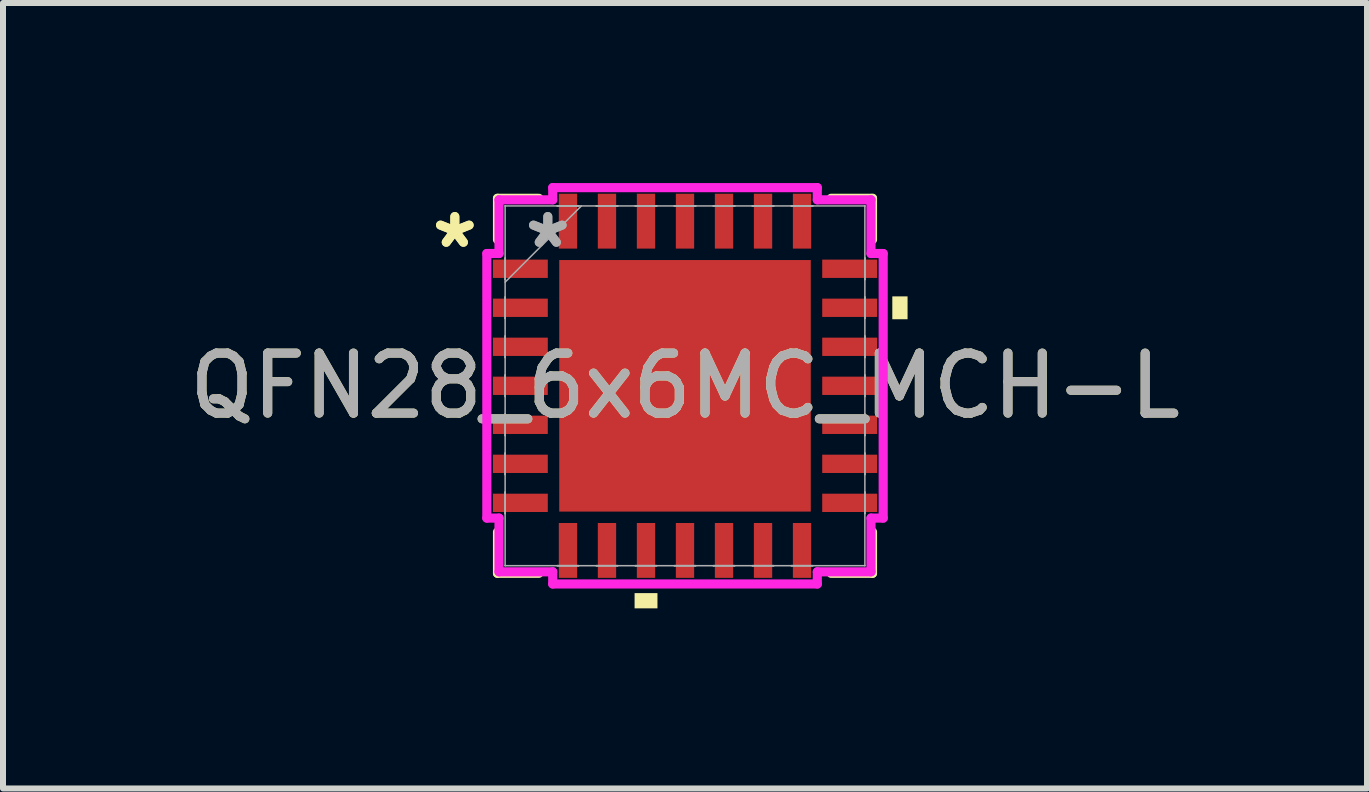
<source format=kicad_pcb>
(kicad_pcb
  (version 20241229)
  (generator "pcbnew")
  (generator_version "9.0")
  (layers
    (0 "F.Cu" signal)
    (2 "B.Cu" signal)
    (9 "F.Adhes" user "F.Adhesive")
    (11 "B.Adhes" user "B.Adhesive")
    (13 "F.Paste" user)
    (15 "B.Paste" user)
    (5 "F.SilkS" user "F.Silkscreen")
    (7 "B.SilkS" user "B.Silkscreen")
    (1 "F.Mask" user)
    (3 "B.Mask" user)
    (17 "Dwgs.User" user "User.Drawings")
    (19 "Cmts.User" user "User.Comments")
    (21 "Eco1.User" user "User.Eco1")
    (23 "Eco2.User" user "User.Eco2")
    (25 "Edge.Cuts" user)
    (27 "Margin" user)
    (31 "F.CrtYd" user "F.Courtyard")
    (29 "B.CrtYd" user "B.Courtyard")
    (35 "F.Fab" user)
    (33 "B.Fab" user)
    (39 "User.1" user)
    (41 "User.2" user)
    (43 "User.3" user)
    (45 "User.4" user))
  (footprint "QFN28_6x6MC_MCH-L"
    (layer "F.Cu")
    (at 8.363 3.378)
    (property "Reference" "QFN28_6x6MC_MCH-L" (at 0 0 0) (unlocked yes) (layer "F.SilkS") (effects (font (size 1 1) (thickness 0.15))))
    (attr smd)
    (fp_line (start -3.124 -3.124) (end -3.124 -2.435) (stroke (width 0.152) (type solid)) (layer "F.SilkS"))
    (fp_line (start -3.124 2.435) (end -3.124 3.124) (stroke (width 0.152) (type solid)) (layer "F.SilkS"))
    (fp_line (start -3.124 3.124) (end -2.435 3.124) (stroke (width 0.152) (type solid)) (layer "F.SilkS"))
    (fp_line (start -2.435 -3.124) (end -3.124 -3.124) (stroke (width 0.152) (type solid)) (layer "F.SilkS"))
    (fp_line (start 2.435 3.124) (end 3.124 3.124) (stroke (width 0.152) (type solid)) (layer "F.SilkS"))
    (fp_line (start 3.124 -3.124) (end 2.435 -3.124) (stroke (width 0.152) (type solid)) (layer "F.SilkS"))
    (fp_line (start 3.124 -2.435) (end 3.124 -3.124) (stroke (width 0.152) (type solid)) (layer "F.SilkS"))
    (fp_line (start 3.124 3.124) (end 3.124 2.435) (stroke (width 0.152) (type solid)) (layer "F.SilkS"))
    (fp_poly (pts (xy -0.84 3.454) (xy -0.84 3.708) (xy -0.459 3.708) (xy -0.459 3.454)) (stroke (width 0) (type solid)) (fill yes) (layer "F.SilkS"))
    (fp_poly (pts (xy 3.708 -1.49) (xy 3.708 -1.109) (xy 3.454 -1.109) (xy 3.454 -1.49)) (stroke (width 0) (type solid)) (fill yes) (layer "F.SilkS"))
    (fp_poly (pts (xy -1.996 -1.996) (xy -1.996 -0.798) (xy -0.798 -0.798) (xy -0.798 -1.996)) (stroke (width 0) (type solid)) (fill yes) (layer "F.Paste"))
    (fp_poly (pts (xy -1.996 -0.599) (xy -1.996 0.599) (xy -0.798 0.599) (xy -0.798 -0.599)) (stroke (width 0) (type solid)) (fill yes) (layer "F.Paste"))
    (fp_poly (pts (xy -1.996 0.798) (xy -1.996 1.996) (xy -0.798 1.996) (xy -0.798 0.798)) (stroke (width 0) (type solid)) (fill yes) (layer "F.Paste"))
    (fp_poly (pts (xy -0.599 -1.996) (xy -0.599 -0.798) (xy 0.599 -0.798) (xy 0.599 -1.996)) (stroke (width 0) (type solid)) (fill yes) (layer "F.Paste"))
    (fp_poly (pts (xy -0.599 -0.599) (xy -0.599 0.599) (xy 0.599 0.599) (xy 0.599 -0.599)) (stroke (width 0) (type solid)) (fill yes) (layer "F.Paste"))
    (fp_poly (pts (xy -0.599 0.798) (xy -0.599 1.996) (xy 0.599 1.996) (xy 0.599 0.798)) (stroke (width 0) (type solid)) (fill yes) (layer "F.Paste"))
    (fp_poly (pts (xy 0.798 -1.996) (xy 0.798 -0.798) (xy 1.996 -0.798) (xy 1.996 -1.996)) (stroke (width 0) (type solid)) (fill yes) (layer "F.Paste"))
    (fp_poly (pts (xy 0.798 -0.599) (xy 0.798 0.599) (xy 1.996 0.599) (xy 1.996 -0.599)) (stroke (width 0) (type solid)) (fill yes) (layer "F.Paste"))
    (fp_poly (pts (xy 0.798 0.798) (xy 0.798 1.996) (xy 1.996 1.996) (xy 1.996 0.798)) (stroke (width 0) (type solid)) (fill yes) (layer "F.Paste"))
    (fp_line (start -3.302 -2.204) (end -3.099 -2.204) (stroke (width 0.152) (type solid)) (layer "F.CrtYd"))
    (fp_line (start -3.302 2.204) (end -3.302 -2.204) (stroke (width 0.152) (type solid)) (layer "F.CrtYd"))
    (fp_line (start -3.099 -3.099) (end -2.204 -3.099) (stroke (width 0.152) (type solid)) (layer "F.CrtYd"))
    (fp_line (start -3.099 -2.204) (end -3.099 -3.099) (stroke (width 0.152) (type solid)) (layer "F.CrtYd"))
    (fp_line (start -3.099 2.204) (end -3.302 2.204) (stroke (width 0.152) (type solid)) (layer "F.CrtYd"))
    (fp_line (start -3.099 3.099) (end -3.099 2.204) (stroke (width 0.152) (type solid)) (layer "F.CrtYd"))
    (fp_line (start -2.204 -3.302) (end 2.204 -3.302) (stroke (width 0.152) (type solid)) (layer "F.CrtYd"))
    (fp_line (start -2.204 -3.099) (end -2.204 -3.302) (stroke (width 0.152) (type solid)) (layer "F.CrtYd"))
    (fp_line (start -2.204 3.099) (end -3.099 3.099) (stroke (width 0.152) (type solid)) (layer "F.CrtYd"))
    (fp_line (start -2.204 3.302) (end -2.204 3.099) (stroke (width 0.152) (type solid)) (layer "F.CrtYd"))
    (fp_line (start 2.204 -3.302) (end 2.204 -3.099) (stroke (width 0.152) (type solid)) (layer "F.CrtYd"))
    (fp_line (start 2.204 -3.099) (end 3.099 -3.099) (stroke (width 0.152) (type solid)) (layer "F.CrtYd"))
    (fp_line (start 2.204 3.099) (end 2.204 3.302) (stroke (width 0.152) (type solid)) (layer "F.CrtYd"))
    (fp_line (start 2.204 3.302) (end -2.204 3.302) (stroke (width 0.152) (type solid)) (layer "F.CrtYd"))
    (fp_line (start 3.099 -3.099) (end 3.099 -2.204) (stroke (width 0.152) (type solid)) (layer "F.CrtYd"))
    (fp_line (start 3.099 -2.204) (end 3.302 -2.204) (stroke (width 0.152) (type solid)) (layer "F.CrtYd"))
    (fp_line (start 3.099 2.204) (end 3.099 3.099) (stroke (width 0.152) (type solid)) (layer "F.CrtYd"))
    (fp_line (start 3.099 3.099) (end 2.204 3.099) (stroke (width 0.152) (type solid)) (layer "F.CrtYd"))
    (fp_line (start 3.302 -2.204) (end 3.302 2.204) (stroke (width 0.152) (type solid)) (layer "F.CrtYd"))
    (fp_line (start 3.302 2.204) (end 3.099 2.204) (stroke (width 0.152) (type solid)) (layer "F.CrtYd"))
    (fp_line (start -2.997 -2.997) (end -2.997 -2.997) (stroke (width 0.025) (type solid)) (layer "F.Fab"))
    (fp_line (start -2.997 -2.997) (end -2.997 2.997) (stroke (width 0.025) (type solid)) (layer "F.Fab"))
    (fp_line (start -2.997 -2.128) (end -2.997 -2.128) (stroke (width 0.025) (type solid)) (layer "F.Fab"))
    (fp_line (start -2.997 -2.128) (end -2.997 -1.772) (stroke (width 0.025) (type solid)) (layer "F.Fab"))
    (fp_line (start -2.997 -1.772) (end -2.997 -2.128) (stroke (width 0.025) (type solid)) (layer "F.Fab"))
    (fp_line (start -2.997 -1.772) (end -2.997 -1.772) (stroke (width 0.025) (type solid)) (layer "F.Fab"))
    (fp_line (start -2.997 -1.727) (end -1.727 -2.997) (stroke (width 0.025) (type solid)) (layer "F.Fab"))
    (fp_line (start -2.997 -1.478) (end -2.997 -1.478) (stroke (width 0.025) (type solid)) (layer "F.Fab"))
    (fp_line (start -2.997 -1.478) (end -2.997 -1.122) (stroke (width 0.025) (type solid)) (layer "F.Fab"))
    (fp_line (start -2.997 -1.122) (end -2.997 -1.478) (stroke (width 0.025) (type solid)) (layer "F.Fab"))
    (fp_line (start -2.997 -1.122) (end -2.997 -1.122) (stroke (width 0.025) (type solid)) (layer "F.Fab"))
    (fp_line (start -2.997 -0.828) (end -2.997 -0.828) (stroke (width 0.025) (type solid)) (layer "F.Fab"))
    (fp_line (start -2.997 -0.828) (end -2.997 -0.472) (stroke (width 0.025) (type solid)) (layer "F.Fab"))
    (fp_line (start -2.997 -0.472) (end -2.997 -0.828) (stroke (width 0.025) (type solid)) (layer "F.Fab"))
    (fp_line (start -2.997 -0.472) (end -2.997 -0.472) (stroke (width 0.025) (type solid)) (layer "F.Fab"))
    (fp_line (start -2.997 -0.178) (end -2.997 -0.178) (stroke (width 0.025) (type solid)) (layer "F.Fab"))
    (fp_line (start -2.997 -0.178) (end -2.997 0.178) (stroke (width 0.025) (type solid)) (layer "F.Fab"))
    (fp_line (start -2.997 0.178) (end -2.997 -0.178) (stroke (width 0.025) (type solid)) (layer "F.Fab"))
    (fp_line (start -2.997 0.178) (end -2.997 0.178) (stroke (width 0.025) (type solid)) (layer "F.Fab"))
    (fp_line (start -2.997 0.472) (end -2.997 0.472) (stroke (width 0.025) (type solid)) (layer "F.Fab"))
    (fp_line (start -2.997 0.472) (end -2.997 0.828) (stroke (width 0.025) (type solid)) (layer "F.Fab"))
    (fp_line (start -2.997 0.828) (end -2.997 0.472) (stroke (width 0.025) (type solid)) (layer "F.Fab"))
    (fp_line (start -2.997 0.828) (end -2.997 0.828) (stroke (width 0.025) (type solid)) (layer "F.Fab"))
    (fp_line (start -2.997 1.122) (end -2.997 1.122) (stroke (width 0.025) (type solid)) (layer "F.Fab"))
    (fp_line (start -2.997 1.122) (end -2.997 1.478) (stroke (width 0.025) (type solid)) (layer "F.Fab"))
    (fp_line (start -2.997 1.478) (end -2.997 1.122) (stroke (width 0.025) (type solid)) (layer "F.Fab"))
    (fp_line (start -2.997 1.478) (end -2.997 1.478) (stroke (width 0.025) (type solid)) (layer "F.Fab"))
    (fp_line (start -2.997 1.772) (end -2.997 1.772) (stroke (width 0.025) (type solid)) (layer "F.Fab"))
    (fp_line (start -2.997 1.772) (end -2.997 2.128) (stroke (width 0.025) (type solid)) (layer "F.Fab"))
    (fp_line (start -2.997 2.128) (end -2.997 1.772) (stroke (width 0.025) (type solid)) (layer "F.Fab"))
    (fp_line (start -2.997 2.128) (end -2.997 2.128) (stroke (width 0.025) (type solid)) (layer "F.Fab"))
    (fp_line (start -2.997 2.997) (end -2.997 2.997) (stroke (width 0.025) (type solid)) (layer "F.Fab"))
    (fp_line (start -2.997 2.997) (end 2.997 2.997) (stroke (width 0.025) (type solid)) (layer "F.Fab"))
    (fp_line (start -2.128 -2.997) (end -2.128 -2.997) (stroke (width 0.025) (type solid)) (layer "F.Fab"))
    (fp_line (start -2.128 -2.997) (end -1.772 -2.997) (stroke (width 0.025) (type solid)) (layer "F.Fab"))
    (fp_line (start -2.128 2.997) (end -2.128 2.997) (stroke (width 0.025) (type solid)) (layer "F.Fab"))
    (fp_line (start -2.128 2.997) (end -1.772 2.997) (stroke (width 0.025) (type solid)) (layer "F.Fab"))
    (fp_line (start -1.772 -2.997) (end -2.128 -2.997) (stroke (width 0.025) (type solid)) (layer "F.Fab"))
    (fp_line (start -1.772 -2.997) (end -1.772 -2.997) (stroke (width 0.025) (type solid)) (layer "F.Fab"))
    (fp_line (start -1.772 2.997) (end -2.128 2.997) (stroke (width 0.025) (type solid)) (layer "F.Fab"))
    (fp_line (start -1.772 2.997) (end -1.772 2.997) (stroke (width 0.025) (type solid)) (layer "F.Fab"))
    (fp_line (start -1.478 -2.997) (end -1.478 -2.997) (stroke (width 0.025) (type solid)) (layer "F.Fab"))
    (fp_line (start -1.478 -2.997) (end -1.122 -2.997) (stroke (width 0.025) (type solid)) (layer "F.Fab"))
    (fp_line (start -1.478 2.997) (end -1.478 2.997) (stroke (width 0.025) (type solid)) (layer "F.Fab"))
    (fp_line (start -1.478 2.997) (end -1.122 2.997) (stroke (width 0.025) (type solid)) (layer "F.Fab"))
    (fp_line (start -1.122 -2.997) (end -1.478 -2.997) (stroke (width 0.025) (type solid)) (layer "F.Fab"))
    (fp_line (start -1.122 -2.997) (end -1.122 -2.997) (stroke (width 0.025) (type solid)) (layer "F.Fab"))
    (fp_line (start -1.122 2.997) (end -1.478 2.997) (stroke (width 0.025) (type solid)) (layer "F.Fab"))
    (fp_line (start -1.122 2.997) (end -1.122 2.997) (stroke (width 0.025) (type solid)) (layer "F.Fab"))
    (fp_line (start -0.828 -2.997) (end -0.828 -2.997) (stroke (width 0.025) (type solid)) (layer "F.Fab"))
    (fp_line (start -0.828 -2.997) (end -0.472 -2.997) (stroke (width 0.025) (type solid)) (layer "F.Fab"))
    (fp_line (start -0.828 2.997) (end -0.828 2.997) (stroke (width 0.025) (type solid)) (layer "F.Fab"))
    (fp_line (start -0.828 2.997) (end -0.472 2.997) (stroke (width 0.025) (type solid)) (layer "F.Fab"))
    (fp_line (start -0.472 -2.997) (end -0.828 -2.997) (stroke (width 0.025) (type solid)) (layer "F.Fab"))
    (fp_line (start -0.472 -2.997) (end -0.472 -2.997) (stroke (width 0.025) (type solid)) (layer "F.Fab"))
    (fp_line (start -0.472 2.997) (end -0.828 2.997) (stroke (width 0.025) (type solid)) (layer "F.Fab"))
    (fp_line (start -0.472 2.997) (end -0.472 2.997) (stroke (width 0.025) (type solid)) (layer "F.Fab"))
    (fp_line (start -0.178 -2.997) (end -0.178 -2.997) (stroke (width 0.025) (type solid)) (layer "F.Fab"))
    (fp_line (start -0.178 -2.997) (end 0.178 -2.997) (stroke (width 0.025) (type solid)) (layer "F.Fab"))
    (fp_line (start -0.178 2.997) (end -0.178 2.997) (stroke (width 0.025) (type solid)) (layer "F.Fab"))
    (fp_line (start -0.178 2.997) (end 0.178 2.997) (stroke (width 0.025) (type solid)) (layer "F.Fab"))
    (fp_line (start 0.178 -2.997) (end -0.178 -2.997) (stroke (width 0.025) (type solid)) (layer "F.Fab"))
    (fp_line (start 0.178 -2.997) (end 0.178 -2.997) (stroke (width 0.025) (type solid)) (layer "F.Fab"))
    (fp_line (start 0.178 2.997) (end -0.178 2.997) (stroke (width 0.025) (type solid)) (layer "F.Fab"))
    (fp_line (start 0.178 2.997) (end 0.178 2.997) (stroke (width 0.025) (type solid)) (layer "F.Fab"))
    (fp_line (start 0.472 -2.997) (end 0.472 -2.997) (stroke (width 0.025) (type solid)) (layer "F.Fab"))
    (fp_line (start 0.472 -2.997) (end 0.828 -2.997) (stroke (width 0.025) (type solid)) (layer "F.Fab"))
    (fp_line (start 0.472 2.997) (end 0.472 2.997) (stroke (width 0.025) (type solid)) (layer "F.Fab"))
    (fp_line (start 0.472 2.997) (end 0.828 2.997) (stroke (width 0.025) (type solid)) (layer "F.Fab"))
    (fp_line (start 0.828 -2.997) (end 0.472 -2.997) (stroke (width 0.025) (type solid)) (layer "F.Fab"))
    (fp_line (start 0.828 -2.997) (end 0.828 -2.997) (stroke (width 0.025) (type solid)) (layer "F.Fab"))
    (fp_line (start 0.828 2.997) (end 0.472 2.997) (stroke (width 0.025) (type solid)) (layer "F.Fab"))
    (fp_line (start 0.828 2.997) (end 0.828 2.997) (stroke (width 0.025) (type solid)) (layer "F.Fab"))
    (fp_line (start 1.122 -2.997) (end 1.122 -2.997) (stroke (width 0.025) (type solid)) (layer "F.Fab"))
    (fp_line (start 1.122 -2.997) (end 1.478 -2.997) (stroke (width 0.025) (type solid)) (layer "F.Fab"))
    (fp_line (start 1.122 2.997) (end 1.122 2.997) (stroke (width 0.025) (type solid)) (layer "F.Fab"))
    (fp_line (start 1.122 2.997) (end 1.478 2.997) (stroke (width 0.025) (type solid)) (layer "F.Fab"))
    (fp_line (start 1.478 -2.997) (end 1.122 -2.997) (stroke (width 0.025) (type solid)) (layer "F.Fab"))
    (fp_line (start 1.478 -2.997) (end 1.478 -2.997) (stroke (width 0.025) (type solid)) (layer "F.Fab"))
    (fp_line (start 1.478 2.997) (end 1.122 2.997) (stroke (width 0.025) (type solid)) (layer "F.Fab"))
    (fp_line (start 1.478 2.997) (end 1.478 2.997) (stroke (width 0.025) (type solid)) (layer "F.Fab"))
    (fp_line (start 1.772 -2.997) (end 1.772 -2.997) (stroke (width 0.025) (type solid)) (layer "F.Fab"))
    (fp_line (start 1.772 -2.997) (end 2.128 -2.997) (stroke (width 0.025) (type solid)) (layer "F.Fab"))
    (fp_line (start 1.772 2.997) (end 1.772 2.997) (stroke (width 0.025) (type solid)) (layer "F.Fab"))
    (fp_line (start 1.772 2.997) (end 2.128 2.997) (stroke (width 0.025) (type solid)) (layer "F.Fab"))
    (fp_line (start 2.128 -2.997) (end 1.772 -2.997) (stroke (width 0.025) (type solid)) (layer "F.Fab"))
    (fp_line (start 2.128 -2.997) (end 2.128 -2.997) (stroke (width 0.025) (type solid)) (layer "F.Fab"))
    (fp_line (start 2.128 2.997) (end 1.772 2.997) (stroke (width 0.025) (type solid)) (layer "F.Fab"))
    (fp_line (start 2.128 2.997) (end 2.128 2.997) (stroke (width 0.025) (type solid)) (layer "F.Fab"))
    (fp_line (start 2.997 -2.997) (end -2.997 -2.997) (stroke (width 0.025) (type solid)) (layer "F.Fab"))
    (fp_line (start 2.997 -2.997) (end 2.997 -2.997) (stroke (width 0.025) (type solid)) (layer "F.Fab"))
    (fp_line (start 2.997 -2.128) (end 2.997 -2.128) (stroke (width 0.025) (type solid)) (layer "F.Fab"))
    (fp_line (start 2.997 -2.128) (end 2.997 -1.772) (stroke (width 0.025) (type solid)) (layer "F.Fab"))
    (fp_line (start 2.997 -1.772) (end 2.997 -2.128) (stroke (width 0.025) (type solid)) (layer "F.Fab"))
    (fp_line (start 2.997 -1.772) (end 2.997 -1.772) (stroke (width 0.025) (type solid)) (layer "F.Fab"))
    (fp_line (start 2.997 -1.478) (end 2.997 -1.478) (stroke (width 0.025) (type solid)) (layer "F.Fab"))
    (fp_line (start 2.997 -1.478) (end 2.997 -1.122) (stroke (width 0.025) (type solid)) (layer "F.Fab"))
    (fp_line (start 2.997 -1.122) (end 2.997 -1.478) (stroke (width 0.025) (type solid)) (layer "F.Fab"))
    (fp_line (start 2.997 -1.122) (end 2.997 -1.122) (stroke (width 0.025) (type solid)) (layer "F.Fab"))
    (fp_line (start 2.997 -0.828) (end 2.997 -0.828) (stroke (width 0.025) (type solid)) (layer "F.Fab"))
    (fp_line (start 2.997 -0.828) (end 2.997 -0.472) (stroke (width 0.025) (type solid)) (layer "F.Fab"))
    (fp_line (start 2.997 -0.472) (end 2.997 -0.828) (stroke (width 0.025) (type solid)) (layer "F.Fab"))
    (fp_line (start 2.997 -0.472) (end 2.997 -0.472) (stroke (width 0.025) (type solid)) (layer "F.Fab"))
    (fp_line (start 2.997 -0.178) (end 2.997 -0.178) (stroke (width 0.025) (type solid)) (layer "F.Fab"))
    (fp_line (start 2.997 -0.178) (end 2.997 0.178) (stroke (width 0.025) (type solid)) (layer "F.Fab"))
    (fp_line (start 2.997 0.178) (end 2.997 -0.178) (stroke (width 0.025) (type solid)) (layer "F.Fab"))
    (fp_line (start 2.997 0.178) (end 2.997 0.178) (stroke (width 0.025) (type solid)) (layer "F.Fab"))
    (fp_line (start 2.997 0.472) (end 2.997 0.472) (stroke (width 0.025) (type solid)) (layer "F.Fab"))
    (fp_line (start 2.997 0.472) (end 2.997 0.828) (stroke (width 0.025) (type solid)) (layer "F.Fab"))
    (fp_line (start 2.997 0.828) (end 2.997 0.472) (stroke (width 0.025) (type solid)) (layer "F.Fab"))
    (fp_line (start 2.997 0.828) (end 2.997 0.828) (stroke (width 0.025) (type solid)) (layer "F.Fab"))
    (fp_line (start 2.997 1.122) (end 2.997 1.122) (stroke (width 0.025) (type solid)) (layer "F.Fab"))
    (fp_line (start 2.997 1.122) (end 2.997 1.478) (stroke (width 0.025) (type solid)) (layer "F.Fab"))
    (fp_line (start 2.997 1.478) (end 2.997 1.122) (stroke (width 0.025) (type solid)) (layer "F.Fab"))
    (fp_line (start 2.997 1.478) (end 2.997 1.478) (stroke (width 0.025) (type solid)) (layer "F.Fab"))
    (fp_line (start 2.997 1.772) (end 2.997 1.772) (stroke (width 0.025) (type solid)) (layer "F.Fab"))
    (fp_line (start 2.997 1.772) (end 2.997 2.128) (stroke (width 0.025) (type solid)) (layer "F.Fab"))
    (fp_line (start 2.997 2.128) (end 2.997 1.772) (stroke (width 0.025) (type solid)) (layer "F.Fab"))
    (fp_line (start 2.997 2.128) (end 2.997 2.128) (stroke (width 0.025) (type solid)) (layer "F.Fab"))
    (fp_line (start 2.997 2.997) (end 2.997 -2.997) (stroke (width 0.025) (type solid)) (layer "F.Fab"))
    (fp_line (start 2.997 2.997) (end 2.997 2.997) (stroke (width 0.025) (type solid)) (layer "F.Fab"))
    (fp_text user "*" (at -3.835 -2.275 0) (unlocked yes) (layer "F.SilkS") (effects (font (size 1 1) (thickness 0.15))))
    (fp_text user "*" (at -3.835 -2.275 0) (layer "F.SilkS") (effects (font (size 1 1) (thickness 0.15))))
    (fp_text user "${REFERENCE}" (at 0 0 0) (unlocked yes) (layer "F.Fab") (effects (font (size 1 1) (thickness 0.15))))
    (fp_text user "*" (at -2.286 -2.275 0) (unlocked yes) (layer "F.Fab") (effects (font (size 1 1) (thickness 0.15))))
    (fp_text user "*" (at -2.286 -2.275 0) (layer "F.Fab") (effects (font (size 1 1) (thickness 0.15))))
    (pad "1" smd rect (at -2.743 -1.95 90) (size 0.305 0.914) (layers "F.Cu" "F.Mask" "F.Paste"))
    (pad "2" smd rect (at -2.743 -1.3 90) (size 0.305 0.914) (layers "F.Cu" "F.Mask" "F.Paste"))
    (pad "3" smd rect (at -2.743 -0.65 90) (size 0.305 0.914) (layers "F.Cu" "F.Mask" "F.Paste"))
    (pad "4" smd rect (at -2.743 0 90) (size 0.305 0.914) (layers "F.Cu" "F.Mask" "F.Paste"))
    (pad "5" smd rect (at -2.743 0.65 90) (size 0.305 0.914) (layers "F.Cu" "F.Mask" "F.Paste"))
    (pad "6" smd rect (at -2.743 1.3 90) (size 0.305 0.914) (layers "F.Cu" "F.Mask" "F.Paste"))
    (pad "7" smd rect (at -2.743 1.95 90) (size 0.305 0.914) (layers "F.Cu" "F.Mask" "F.Paste"))
    (pad "8" smd rect (at -1.95 2.743) (size 0.305 0.914) (layers "F.Cu" "F.Mask" "F.Paste"))
    (pad "9" smd rect (at -1.3 2.743) (size 0.305 0.914) (layers "F.Cu" "F.Mask" "F.Paste"))
    (pad "10" smd rect (at -0.65 2.743) (size 0.305 0.914) (layers "F.Cu" "F.Mask" "F.Paste"))
    (pad "11" smd rect (at 0 2.743) (size 0.305 0.914) (layers "F.Cu" "F.Mask" "F.Paste"))
    (pad "12" smd rect (at 0.65 2.743) (size 0.305 0.914) (layers "F.Cu" "F.Mask" "F.Paste"))
    (pad "13" smd rect (at 1.3 2.743) (size 0.305 0.914) (layers "F.Cu" "F.Mask" "F.Paste"))
    (pad "14" smd rect (at 1.95 2.743) (size 0.305 0.914) (layers "F.Cu" "F.Mask" "F.Paste"))
    (pad "15" smd rect (at 2.743 1.95 90) (size 0.305 0.914) (layers "F.Cu" "F.Mask" "F.Paste"))
    (pad "16" smd rect (at 2.743 1.3 90) (size 0.305 0.914) (layers "F.Cu" "F.Mask" "F.Paste"))
    (pad "17" smd rect (at 2.743 0.65 90) (size 0.305 0.914) (layers "F.Cu" "F.Mask" "F.Paste"))
    (pad "18" smd rect (at 2.743 0 90) (size 0.305 0.914) (layers "F.Cu" "F.Mask" "F.Paste"))
    (pad "19" smd rect (at 2.743 -0.65 90) (size 0.305 0.914) (layers "F.Cu" "F.Mask" "F.Paste"))
    (pad "20" smd rect (at 2.743 -1.3 90) (size 0.305 0.914) (layers "F.Cu" "F.Mask" "F.Paste"))
    (pad "21" smd rect (at 2.743 -1.95 90) (size 0.305 0.914) (layers "F.Cu" "F.Mask" "F.Paste"))
    (pad "22" smd rect (at 1.95 -2.743) (size 0.305 0.914) (layers "F.Cu" "F.Mask" "F.Paste"))
    (pad "23" smd rect (at 1.3 -2.743) (size 0.305 0.914) (layers "F.Cu" "F.Mask" "F.Paste"))
    (pad "24" smd rect (at 0.65 -2.743) (size 0.305 0.914) (layers "F.Cu" "F.Mask" "F.Paste"))
    (pad "25" smd rect (at 0 -2.743) (size 0.305 0.914) (layers "F.Cu" "F.Mask" "F.Paste"))
    (pad "26" smd rect (at -0.65 -2.743) (size 0.305 0.914) (layers "F.Cu" "F.Mask" "F.Paste"))
    (pad "27" smd rect (at -1.3 -2.743) (size 0.305 0.914) (layers "F.Cu" "F.Mask" "F.Paste"))
    (pad "28" smd rect (at -1.95 -2.743) (size 0.305 0.914) (layers "F.Cu" "F.Mask" "F.Paste"))
    (pad "29" smd rect (at 0 0) (size 4.191 4.191) (layers "F.Cu" "F.Mask" "F.Paste")))
  (gr_rect
    (start -3 -3)
    (end 19.726 10.087)
    (stroke (width 0.1) (type default))
    (fill no)
    (layer "Edge.Cuts")))
</source>
